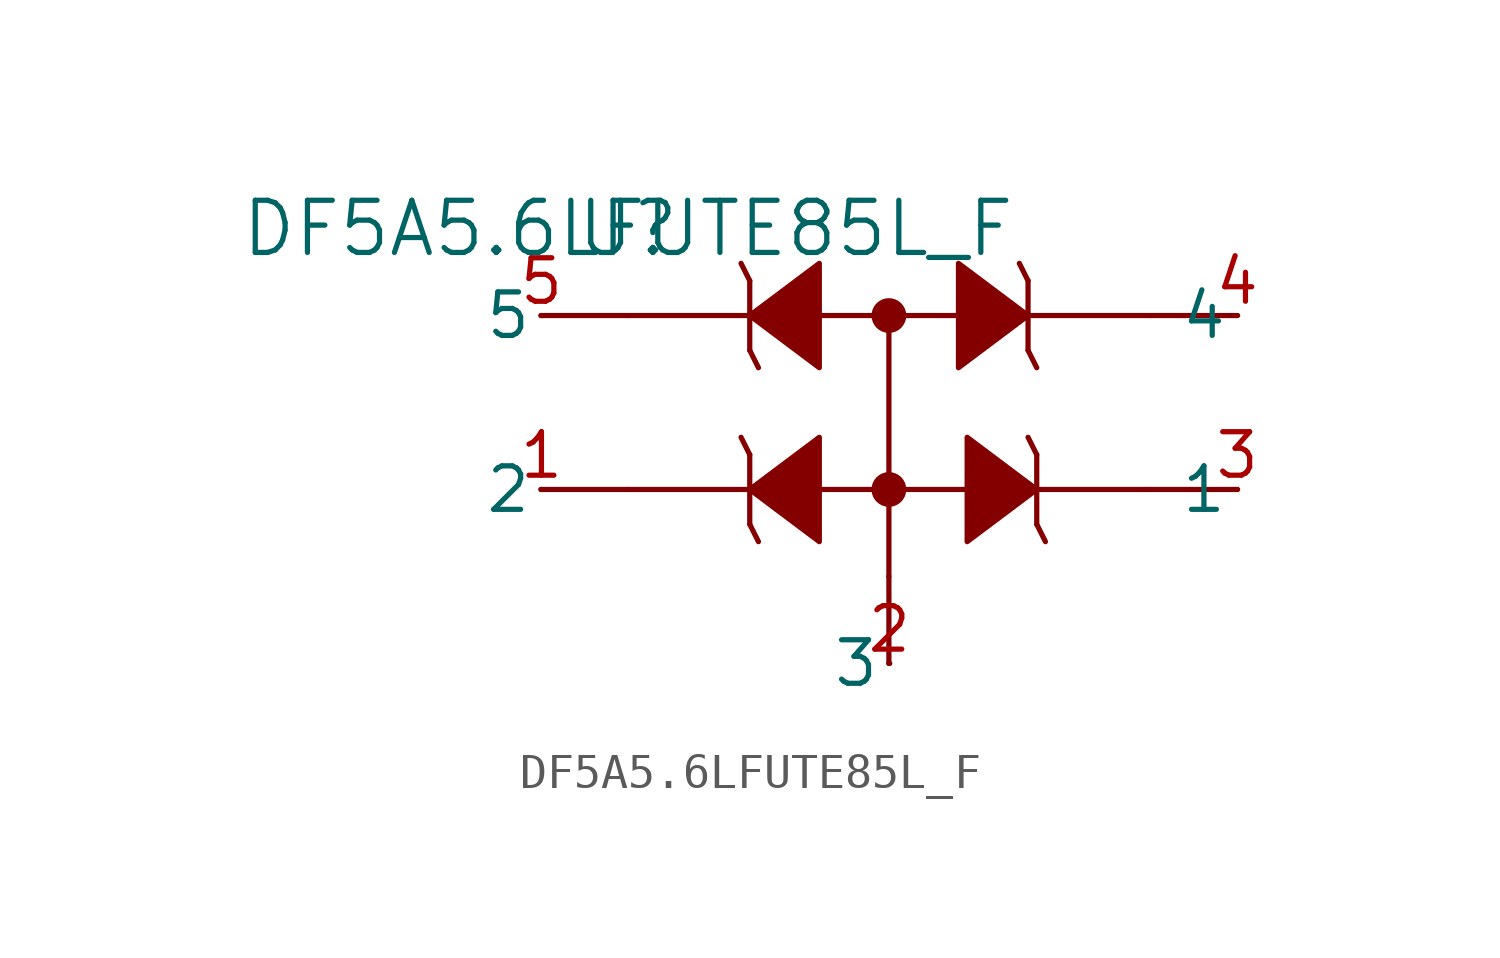
<source format=kicad_sym>
(kicad_symbol_lib
  (version 20211014)
  (generator kicad_symbol_editor)
  (symbol "DF5A5.6LFUTE85L_F"
    (pin_names
      (offset 0.254))
    (property "Reference" "U"
      (at 0 0 0)
      (effects (font (size 1.524 1.524))))
    (property "Value" "DF5A5.6LFUTE85L_F"
      (at 0 0 0)
      (effects (font (size 1.524 1.524))))
    (symbol "DF5A5.6LFUTE85L_F_0_1"
      (polyline (pts (xy 5.588 -9.144) (xy 5.588 -9.144) (xy 5.588 -6.096) (xy 3.556 -7.62) (xy 5.588 -9.144)) (stroke (width 0) (type default) (color 0 0 0 0)) (fill (type outline)))
      (polyline (pts (xy 17.78 -7.62) (xy 15.24 -7.62)) (stroke (width 0) (type default) (color 0 0 0 0)) (fill (type none)))
      (polyline (pts (xy -2.54 -7.62) (xy 0 -7.62)) (stroke (width 0) (type default) (color 0 0 0 0)) (fill (type none)))
      (polyline (pts (xy 7.62 -12.7) (xy 7.62 -10.16)) (stroke (width 0) (type default) (color 0 0 0 0)) (fill (type none)))
      (polyline (pts (xy -2.54 -2.54) (xy 0 -2.54)) (stroke (width 0) (type default) (color 0 0 0 0)) (fill (type none)))
      (polyline (pts (xy 17.78 -2.54) (xy 15.24 -2.54)) (stroke (width 0) (type default) (color 0 0 0 0)) (fill (type none)))
      (polyline (pts (xy 0 -2.54) (xy 15.24 -2.54)) (stroke (width 0) (type default) (color 0 0 0 0)) (fill (type none)))
      (polyline (pts (xy 0 -7.62) (xy 15.24 -7.62)) (stroke (width 0) (type default) (color 0 0 0 0)) (fill (type none)))
      (polyline (pts (xy 11.684 -3.556) (xy 11.684 -1.524)) (stroke (width 0) (type default) (color 0 0 0 0)) (fill (type none)))
      (polyline (pts (xy 11.684 -3.556) (xy 11.938 -4.064)) (stroke (width 0) (type default) (color 0 0 0 0)) (fill (type none)))
      (polyline (pts (xy 11.43 -1.016) (xy 11.684 -1.524)) (stroke (width 0) (type default) (color 0 0 0 0)) (fill (type none)))
      (polyline (pts (xy 7.62 -2.54) (xy 7.62 -10.16)) (stroke (width 0) (type default) (color 0 0 0 0)) (fill (type none)))
      (polyline (pts (xy 11.938 -8.636) (xy 11.938 -6.604)) (stroke (width 0) (type default) (color 0 0 0 0)) (fill (type none)))
      (polyline (pts (xy 11.938 -8.636) (xy 12.192 -9.144)) (stroke (width 0) (type default) (color 0 0 0 0)) (fill (type none)))
      (polyline (pts (xy 11.684 -6.096) (xy 11.938 -6.604)) (stroke (width 0) (type default) (color 0 0 0 0)) (fill (type none)))
      (polyline (pts (xy 3.556 -1.524) (xy 3.302 -1.016)) (stroke (width 0) (type default) (color 0 0 0 0)) (fill (type none)))
      (polyline (pts (xy 3.556 -1.524) (xy 3.556 -3.556)) (stroke (width 0) (type default) (color 0 0 0 0)) (fill (type none)))
      (polyline (pts (xy 3.81 -4.064) (xy 3.556 -3.556)) (stroke (width 0) (type default) (color 0 0 0 0)) (fill (type none)))
      (polyline (pts (xy 3.81 -9.144) (xy 3.556 -8.636)) (stroke (width 0) (type default) (color 0 0 0 0)) (fill (type none)))
      (polyline (pts (xy 3.556 -6.604) (xy 3.556 -8.636)) (stroke (width 0) (type default) (color 0 0 0 0)) (fill (type none)))
      (polyline (pts (xy 3.556 -6.604) (xy 3.302 -6.096)) (stroke (width 0) (type default) (color 0 0 0 0)) (fill (type none)))
      (circle (center 7.62 -2.54) (radius 0.254) (stroke (width 0.508) (type default) (color 0 0 0 0)) (fill (type none)))
      (circle (center 7.62 -7.62) (radius 0.254) (stroke (width 0.508) (type default) (color 0 0 0 0)) (fill (type none)))
      (polyline (pts (xy 9.652 -1.016) (xy 9.652 -1.016) (xy 9.652 -4.064) (xy 11.684 -2.54) (xy 9.652 -1.016)) (stroke (width 0) (type default) (color 0 0 0 0)) (fill (type outline)))
      (polyline (pts (xy 9.906 -6.096) (xy 9.906 -6.096) (xy 9.906 -9.144) (xy 11.938 -7.62) (xy 9.906 -6.096)) (stroke (width 0) (type default) (color 0 0 0 0)) (fill (type outline)))
      (polyline (pts (xy 5.588 -4.064) (xy 5.588 -4.064) (xy 5.588 -1.016) (xy 3.556 -2.54) (xy 5.588 -4.064)) (stroke (width 0) (type default) (color 0 0 0 0)) (fill (type outline)))
      (pin unspecified line (at -2.515 -7.62 180) (length 0.025) (name "2" (effects (font (size 1.27 1.27)))) (number "1" (effects (font (size 1.27 1.27)))))
      (pin unspecified line (at 7.645 -12.7 180) (length 0.025) (name "3" (effects (font (size 1.27 1.27)))) (number "2" (effects (font (size 1.27 1.27)))))
      (pin unspecified line (at 17.805 -7.62 180) (length 0.025) (name "1" (effects (font (size 1.27 1.27)))) (number "3" (effects (font (size 1.27 1.27)))))
      (pin unspecified line (at 17.805 -2.54 180) (length 0.025) (name "4" (effects (font (size 1.27 1.27)))) (number "4" (effects (font (size 1.27 1.27)))))
      (pin unspecified line (at -2.515 -2.54 180) (length 0.025) (name "5" (effects (font (size 1.27 1.27)))) (number "5" (effects (font (size 1.27 1.27))))))))
</source>
